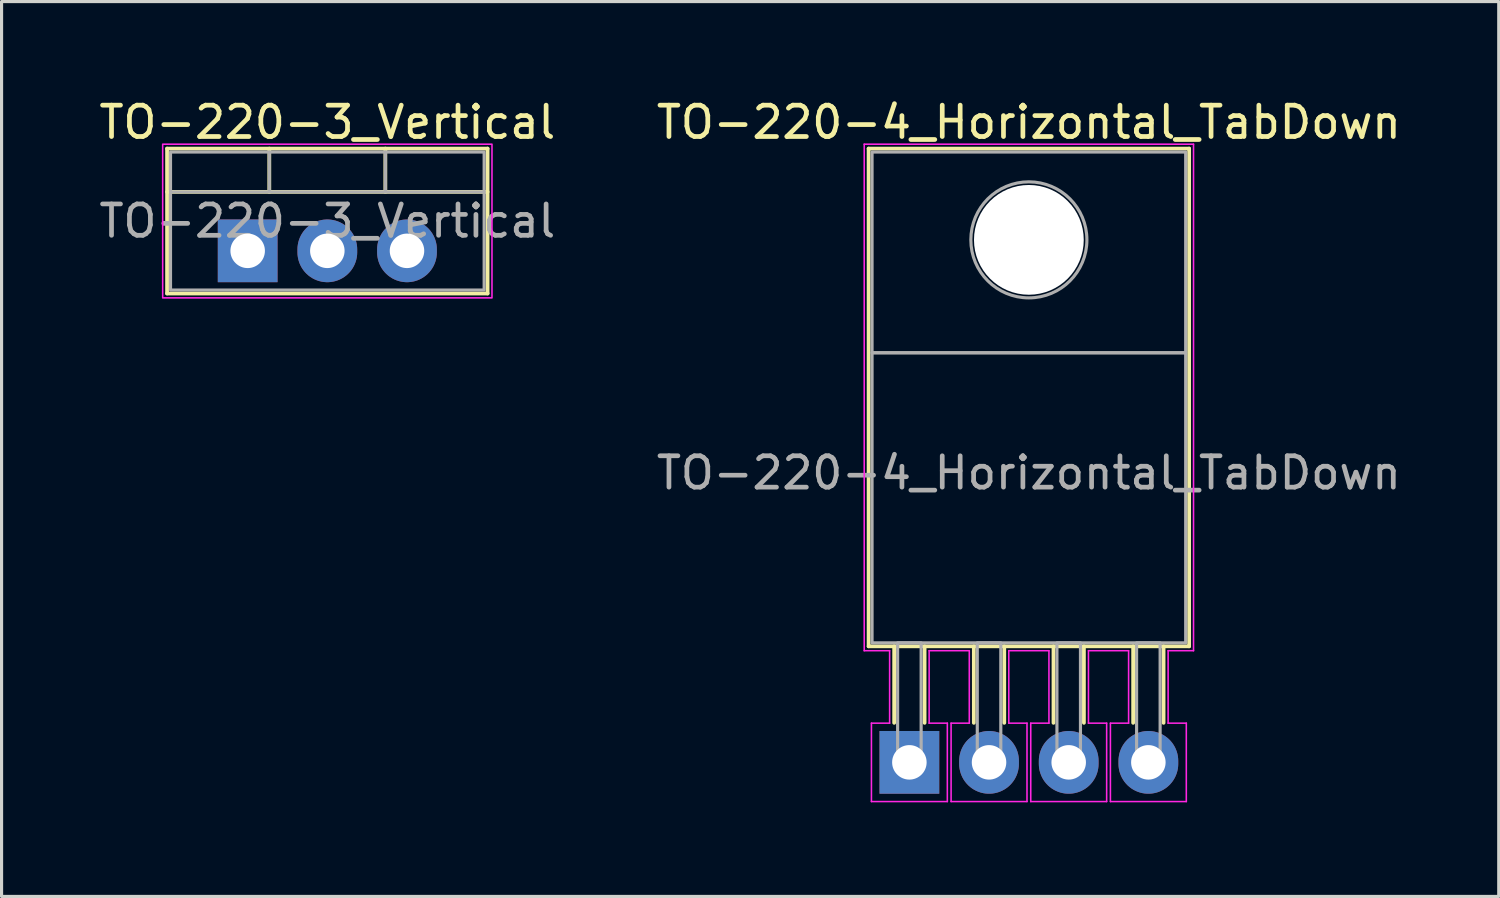
<source format=kicad_pcb>
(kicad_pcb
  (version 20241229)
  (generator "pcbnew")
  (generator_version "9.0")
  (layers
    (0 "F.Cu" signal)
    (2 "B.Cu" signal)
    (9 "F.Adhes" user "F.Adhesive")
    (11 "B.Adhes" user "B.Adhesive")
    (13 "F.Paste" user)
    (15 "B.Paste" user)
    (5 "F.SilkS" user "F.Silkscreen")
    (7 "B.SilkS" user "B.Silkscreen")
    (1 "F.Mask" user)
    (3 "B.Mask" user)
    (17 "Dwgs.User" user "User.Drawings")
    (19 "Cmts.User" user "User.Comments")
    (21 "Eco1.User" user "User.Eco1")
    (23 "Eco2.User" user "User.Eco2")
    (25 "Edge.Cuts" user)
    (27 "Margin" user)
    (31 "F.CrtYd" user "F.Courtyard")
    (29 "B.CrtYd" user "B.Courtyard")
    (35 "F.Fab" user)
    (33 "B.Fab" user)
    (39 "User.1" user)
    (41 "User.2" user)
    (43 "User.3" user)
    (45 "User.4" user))
  (footprint "TO-220-4_Horizontal_TabDown"
    (layer "F.Cu")
    (at 25.946 21.258)
    (property "Reference" "TO-220-4_Horizontal_TabDown" (at 3.81 -20.41 0) (layer "F.SilkS") (effects (font (size 1 1) (thickness 0.15))))
    (attr through_hole)
    (fp_line (start -1.3 -19.57) (end 8.92 -19.57) (stroke (width 0.12) (type solid)) (layer "F.SilkS"))
    (fp_line (start -1.3 -3.7) (end -1.3 -19.57) (stroke (width 0.12) (type solid)) (layer "F.SilkS"))
    (fp_line (start -1.3 -3.7) (end 8.92 -3.7) (stroke (width 0.12) (type solid)) (layer "F.SilkS"))
    (fp_line (start -0.485 -3.7) (end -0.485 -1.26) (stroke (width 0.12) (type solid)) (layer "F.SilkS"))
    (fp_line (start 0.485 -3.7) (end 0.485 -1.26) (stroke (width 0.12) (type solid)) (layer "F.SilkS"))
    (fp_line (start 2.055 -3.7) (end 2.055 -1.26) (stroke (width 0.12) (type solid)) (layer "F.SilkS"))
    (fp_line (start 3.025 -3.7) (end 3.025 -1.26) (stroke (width 0.12) (type solid)) (layer "F.SilkS"))
    (fp_line (start 4.595 -3.7) (end 4.595 -1.26) (stroke (width 0.12) (type solid)) (layer "F.SilkS"))
    (fp_line (start 5.565 -3.7) (end 5.565 -1.26) (stroke (width 0.12) (type solid)) (layer "F.SilkS"))
    (fp_line (start 7.135 -3.7) (end 7.135 -1.26) (stroke (width 0.12) (type solid)) (layer "F.SilkS"))
    (fp_line (start 8.105 -3.7) (end 8.105 -1.26) (stroke (width 0.12) (type solid)) (layer "F.SilkS"))
    (fp_line (start 8.92 -3.7) (end 8.92 -19.57) (stroke (width 0.12) (type solid)) (layer "F.SilkS"))
    (fp_line (start -1.44 -19.71) (end 9.06 -19.71) (stroke (width 0.05) (type solid)) (layer "F.CrtYd"))
    (fp_line (start -1.44 -3.56) (end -1.44 -19.71) (stroke (width 0.05) (type solid)) (layer "F.CrtYd"))
    (fp_line (start -1.21 -1.25) (end -0.63 -1.25) (stroke (width 0.05) (type solid)) (layer "F.CrtYd"))
    (fp_line (start -1.21 1.25) (end -1.21 -1.25) (stroke (width 0.05) (type solid)) (layer "F.CrtYd"))
    (fp_line (start -0.63 -3.56) (end -1.44 -3.56) (stroke (width 0.05) (type solid)) (layer "F.CrtYd"))
    (fp_line (start -0.63 -1.25) (end -0.63 -3.56) (stroke (width 0.05) (type solid)) (layer "F.CrtYd"))
    (fp_line (start 0.63 -3.56) (end 0.63 -1.25) (stroke (width 0.05) (type solid)) (layer "F.CrtYd"))
    (fp_line (start 0.63 -1.25) (end 1.21 -1.25) (stroke (width 0.05) (type solid)) (layer "F.CrtYd"))
    (fp_line (start 1.21 -1.25) (end 1.21 1.25) (stroke (width 0.05) (type solid)) (layer "F.CrtYd"))
    (fp_line (start 1.21 1.25) (end -1.21 1.25) (stroke (width 0.05) (type solid)) (layer "F.CrtYd"))
    (fp_line (start 1.33 -1.25) (end 1.91 -1.25) (stroke (width 0.05) (type solid)) (layer "F.CrtYd"))
    (fp_line (start 1.33 1.25) (end 1.33 -1.25) (stroke (width 0.05) (type solid)) (layer "F.CrtYd"))
    (fp_line (start 1.91 -3.56) (end 0.63 -3.56) (stroke (width 0.05) (type solid)) (layer "F.CrtYd"))
    (fp_line (start 1.91 -1.25) (end 1.91 -3.56) (stroke (width 0.05) (type solid)) (layer "F.CrtYd"))
    (fp_line (start 3.17 -3.56) (end 3.17 -1.25) (stroke (width 0.05) (type solid)) (layer "F.CrtYd"))
    (fp_line (start 3.17 -1.25) (end 3.75 -1.25) (stroke (width 0.05) (type solid)) (layer "F.CrtYd"))
    (fp_line (start 3.75 -1.25) (end 3.75 1.25) (stroke (width 0.05) (type solid)) (layer "F.CrtYd"))
    (fp_line (start 3.75 1.25) (end 1.33 1.25) (stroke (width 0.05) (type solid)) (layer "F.CrtYd"))
    (fp_line (start 3.87 -1.25) (end 4.45 -1.25) (stroke (width 0.05) (type solid)) (layer "F.CrtYd"))
    (fp_line (start 3.87 1.25) (end 3.87 -1.25) (stroke (width 0.05) (type solid)) (layer "F.CrtYd"))
    (fp_line (start 4.45 -3.56) (end 3.17 -3.56) (stroke (width 0.05) (type solid)) (layer "F.CrtYd"))
    (fp_line (start 4.45 -1.25) (end 4.45 -3.56) (stroke (width 0.05) (type solid)) (layer "F.CrtYd"))
    (fp_line (start 5.71 -3.56) (end 5.71 -1.25) (stroke (width 0.05) (type solid)) (layer "F.CrtYd"))
    (fp_line (start 5.71 -1.25) (end 6.29 -1.25) (stroke (width 0.05) (type solid)) (layer "F.CrtYd"))
    (fp_line (start 6.29 -1.25) (end 6.29 1.25) (stroke (width 0.05) (type solid)) (layer "F.CrtYd"))
    (fp_line (start 6.29 1.25) (end 3.87 1.25) (stroke (width 0.05) (type solid)) (layer "F.CrtYd"))
    (fp_line (start 6.41 -1.25) (end 6.99 -1.25) (stroke (width 0.05) (type solid)) (layer "F.CrtYd"))
    (fp_line (start 6.41 1.25) (end 6.41 -1.25) (stroke (width 0.05) (type solid)) (layer "F.CrtYd"))
    (fp_line (start 6.99 -3.56) (end 5.71 -3.56) (stroke (width 0.05) (type solid)) (layer "F.CrtYd"))
    (fp_line (start 6.99 -1.25) (end 6.99 -3.56) (stroke (width 0.05) (type solid)) (layer "F.CrtYd"))
    (fp_line (start 8.25 -3.56) (end 8.25 -1.25) (stroke (width 0.05) (type solid)) (layer "F.CrtYd"))
    (fp_line (start 8.25 -1.25) (end 8.83 -1.25) (stroke (width 0.05) (type solid)) (layer "F.CrtYd"))
    (fp_line (start 8.83 -1.25) (end 8.83 1.25) (stroke (width 0.05) (type solid)) (layer "F.CrtYd"))
    (fp_line (start 8.83 1.25) (end 6.41 1.25) (stroke (width 0.05) (type solid)) (layer "F.CrtYd"))
    (fp_line (start 9.06 -19.71) (end 9.06 -3.56) (stroke (width 0.05) (type solid)) (layer "F.CrtYd"))
    (fp_line (start 9.06 -3.56) (end 8.25 -3.56) (stroke (width 0.05) (type solid)) (layer "F.CrtYd"))
    (fp_rect (start -1.19 -19.46) (end 8.81 -13.06) (stroke (width 0.1) (type solid)) (fill no) (layer "F.Fab"))
    (fp_rect (start -1.19 -3.81) (end 8.81 -13.06) (stroke (width 0.1) (type solid)) (fill no) (layer "F.Fab"))
    (fp_rect (start -0.375 -3.81) (end 0.375 0) (stroke (width 0.1) (type solid)) (fill no) (layer "F.Fab"))
    (fp_rect (start 2.165 -3.81) (end 2.915 0) (stroke (width 0.1) (type solid)) (fill no) (layer "F.Fab"))
    (fp_rect (start 4.705 -3.81) (end 5.455 0) (stroke (width 0.1) (type solid)) (fill no) (layer "F.Fab"))
    (fp_rect (start 7.245 -3.81) (end 7.995 0) (stroke (width 0.1) (type solid)) (fill no) (layer "F.Fab"))
    (fp_circle (center 3.81 -16.66) (end 5.66 -16.66) (stroke (width 0.1) (type solid)) (fill no) (layer "F.Fab"))
    (fp_text user "${REFERENCE}" (at 3.81 -9.23 0) (layer "F.Fab") (effects (font (size 1 1) (thickness 0.15))))
    (pad "" np_thru_hole circle (at 3.81 -16.66) (size 3.5 3.5) (drill 3.5) (layers "*.Cu" "*.Mask"))
    (pad "1" thru_hole rect (at 0 0) (size 1.905 2) (drill 1.1) (layers "*.Cu" "*.Mask"))
    (pad "2" thru_hole oval (at 2.54 0) (size 1.905 2) (drill 1.1) (layers "*.Cu" "*.Mask"))
    (pad "3" thru_hole oval (at 5.08 0) (size 1.905 2) (drill 1.1) (layers "*.Cu" "*.Mask"))
    (pad "4" thru_hole oval (at 7.62 0) (size 1.905 2) (drill 1.1) (layers "*.Cu" "*.Mask")))
  (footprint "TO-220-3_Vertical"
    (layer "F.Cu")
    (at 4.847 4.948)
    (property "Reference" "TO-220-3_Vertical" (at 2.54 -4.1 0) (layer "F.SilkS") (effects (font (size 1 1) (thickness 0.15))))
    (attr through_hole)
    (fp_line (start -2.57 -3.26) (end -2.57 1.36) (stroke (width 0.12) (type solid)) (layer "F.SilkS"))
    (fp_line (start -2.57 -3.26) (end 7.65 -3.26) (stroke (width 0.12) (type solid)) (layer "F.SilkS"))
    (fp_line (start -2.57 -1.88) (end 7.65 -1.88) (stroke (width 0.12) (type solid)) (layer "F.SilkS"))
    (fp_line (start -2.57 1.36) (end 7.65 1.36) (stroke (width 0.12) (type solid)) (layer "F.SilkS"))
    (fp_line (start 0.69 -3.26) (end 0.69 -1.88) (stroke (width 0.12) (type solid)) (layer "F.SilkS"))
    (fp_line (start 4.39 -3.26) (end 4.39 -1.88) (stroke (width 0.12) (type solid)) (layer "F.SilkS"))
    (fp_line (start 7.65 -3.26) (end 7.65 1.36) (stroke (width 0.12) (type solid)) (layer "F.SilkS"))
    (fp_rect (start 7.79 1.5) (end -2.71 -3.4) (stroke (width 0.05) (type solid)) (fill no) (layer "F.CrtYd"))
    (fp_line (start -2.46 -1.88) (end 7.54 -1.88) (stroke (width 0.1) (type solid)) (layer "F.Fab"))
    (fp_line (start 0.69 -3.15) (end 0.69 -1.88) (stroke (width 0.1) (type solid)) (layer "F.Fab"))
    (fp_line (start 4.39 -3.15) (end 4.39 -1.88) (stroke (width 0.1) (type solid)) (layer "F.Fab"))
    (fp_rect (start -2.46 -3.15) (end 7.54 1.25) (stroke (width 0.1) (type solid)) (fill no) (layer "F.Fab"))
    (fp_text user "${REFERENCE}" (at 2.54 -0.95 0) (layer "F.Fab") (effects (font (size 1 1) (thickness 0.15))))
    (pad "1" thru_hole rect (at 0 0) (size 1.905 2) (drill 1.1) (layers "*.Cu" "*.Mask"))
    (pad "2" thru_hole oval (at 2.54 0) (size 1.905 2) (drill 1.1) (layers "*.Cu" "*.Mask"))
    (pad "3" thru_hole oval (at 5.08 0) (size 1.905 2) (drill 1.1) (layers "*.Cu" "*.Mask")))
  (gr_rect
    (start -3 -3)
    (end 44.738 25.533)
    (stroke (width 0.1) (type default))
    (fill no)
    (layer "Edge.Cuts")))
</source>
